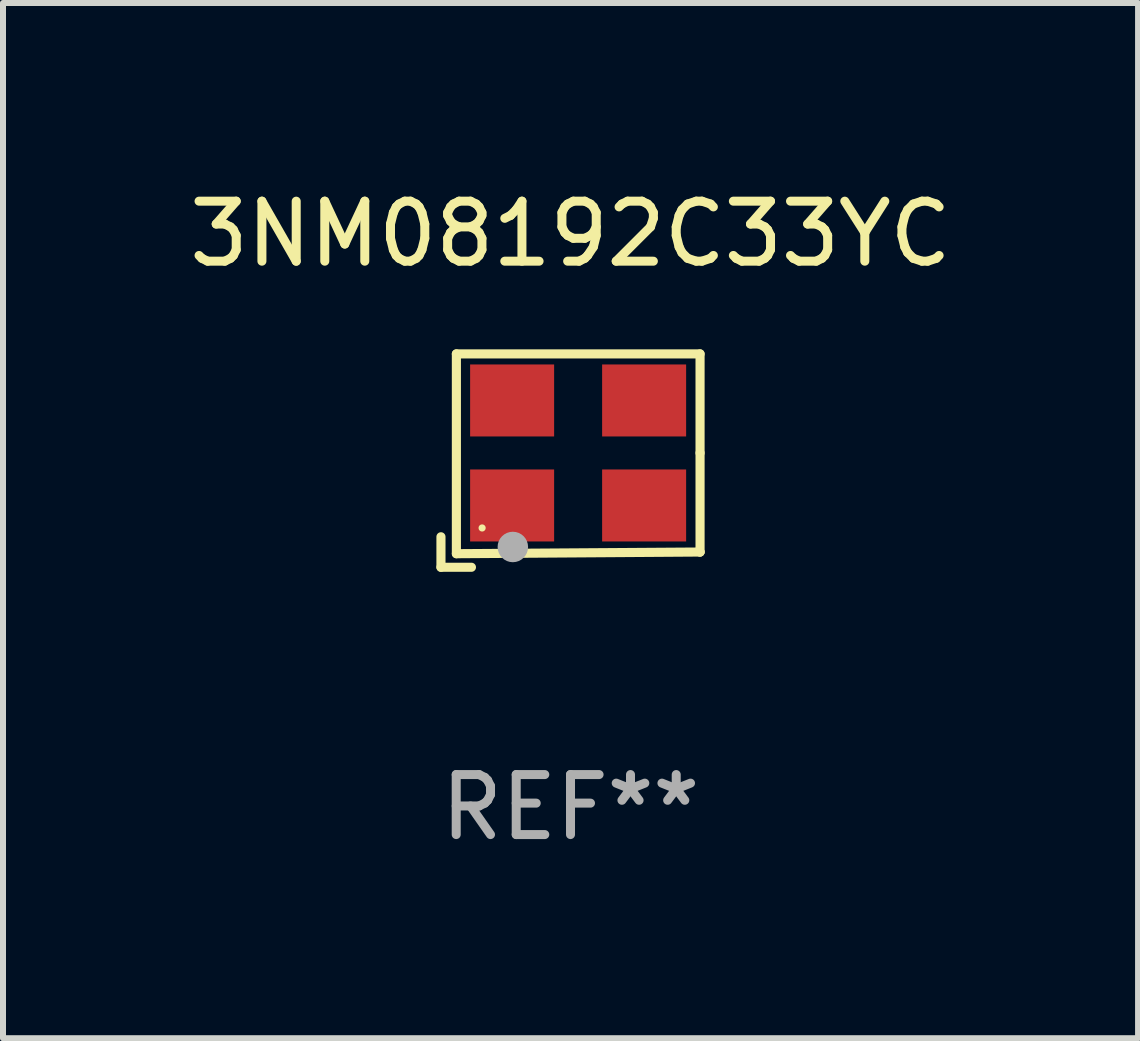
<source format=kicad_pcb>
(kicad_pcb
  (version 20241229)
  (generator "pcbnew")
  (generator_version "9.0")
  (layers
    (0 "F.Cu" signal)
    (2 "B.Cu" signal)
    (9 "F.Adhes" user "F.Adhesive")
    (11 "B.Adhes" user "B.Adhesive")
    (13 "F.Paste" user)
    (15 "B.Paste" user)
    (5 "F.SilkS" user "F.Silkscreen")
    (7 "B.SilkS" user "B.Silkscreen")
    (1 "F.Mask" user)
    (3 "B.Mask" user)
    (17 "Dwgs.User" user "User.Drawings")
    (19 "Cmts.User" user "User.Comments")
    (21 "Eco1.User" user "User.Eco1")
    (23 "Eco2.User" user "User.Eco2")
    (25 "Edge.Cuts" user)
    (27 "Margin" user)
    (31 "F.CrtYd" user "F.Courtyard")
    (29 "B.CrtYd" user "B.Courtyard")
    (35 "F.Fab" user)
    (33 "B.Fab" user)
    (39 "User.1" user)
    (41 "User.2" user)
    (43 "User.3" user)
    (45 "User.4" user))
  (footprint "3NM08192C33YC"
    (layer "F.Cu")
    (at 6.458 4.626)
    (property "Reference" "3NM08192C33YC" (at 0 -3.778 0) (layer "F.SilkS") (effects (font (size 1 1) (thickness 0.15))))
    (attr through_hole)
    (fp_line (start -2.159 1.27) (end -2.159 1.778) (stroke (width 0.152) (type solid)) (layer "F.SilkS"))
    (fp_line (start -2.159 1.778) (end -1.651 1.778) (stroke (width 0.152) (type solid)) (layer "F.SilkS"))
    (fp_line (start -1.902 -1.778) (end 2.159 -1.778) (stroke (width 0.152) (type solid)) (layer "F.SilkS"))
    (fp_line (start -1.902 1.552) (end -1.902 -1.778) (stroke (width 0.152) (type solid)) (layer "F.SilkS"))
    (fp_line (start 2.159 -1.778) (end 2.159 -0.127) (stroke (width 0.152) (type solid)) (layer "F.SilkS"))
    (fp_line (start 2.159 -0.127) (end 2.159 1.524) (stroke (width 0.152) (type solid)) (layer "F.SilkS"))
    (fp_line (start 2.159 1.524) (end -1.902 1.552) (stroke (width 0.152) (type solid)) (layer "F.SilkS"))
    (fp_line (start 2.159 1.524) (end 2.159 1.524) (stroke (width 0.152) (type solid)) (layer "F.SilkS"))
    (fp_circle (center -1.473 1.123) (end -1.443 1.123) (stroke (width 0.06) (type solid)) (fill no) (layer "F.SilkS"))
    (fp_circle (center -0.961 1.44) (end -0.834 1.44) (stroke (width 0.254) (type solid)) (fill no) (layer "F.Fab"))
    (fp_text user "REF**" (at 0 5.778 0) (layer "F.Fab") (effects (font (size 1 1) (thickness 0.15))))
    (pad "1" smd rect (at -0.973 0.748) (size 1.4 1.2) (layers "F.Cu" "F.Mask" "F.Paste"))
    (pad "2" smd rect (at 1.227 0.748) (size 1.4 1.2) (layers "F.Cu" "F.Mask" "F.Paste"))
    (pad "3" smd rect (at 1.227 -1.002) (size 1.4 1.2) (layers "F.Cu" "F.Mask" "F.Paste"))
    (pad "4" smd rect (at -0.973 -1.002) (size 1.4 1.2) (layers "F.Cu" "F.Mask" "F.Paste")))
  (gr_rect
    (start -3 -3)
    (end 15.917 14.253)
    (stroke (width 0.1) (type default))
    (fill no)
    (layer "Edge.Cuts")))
</source>
